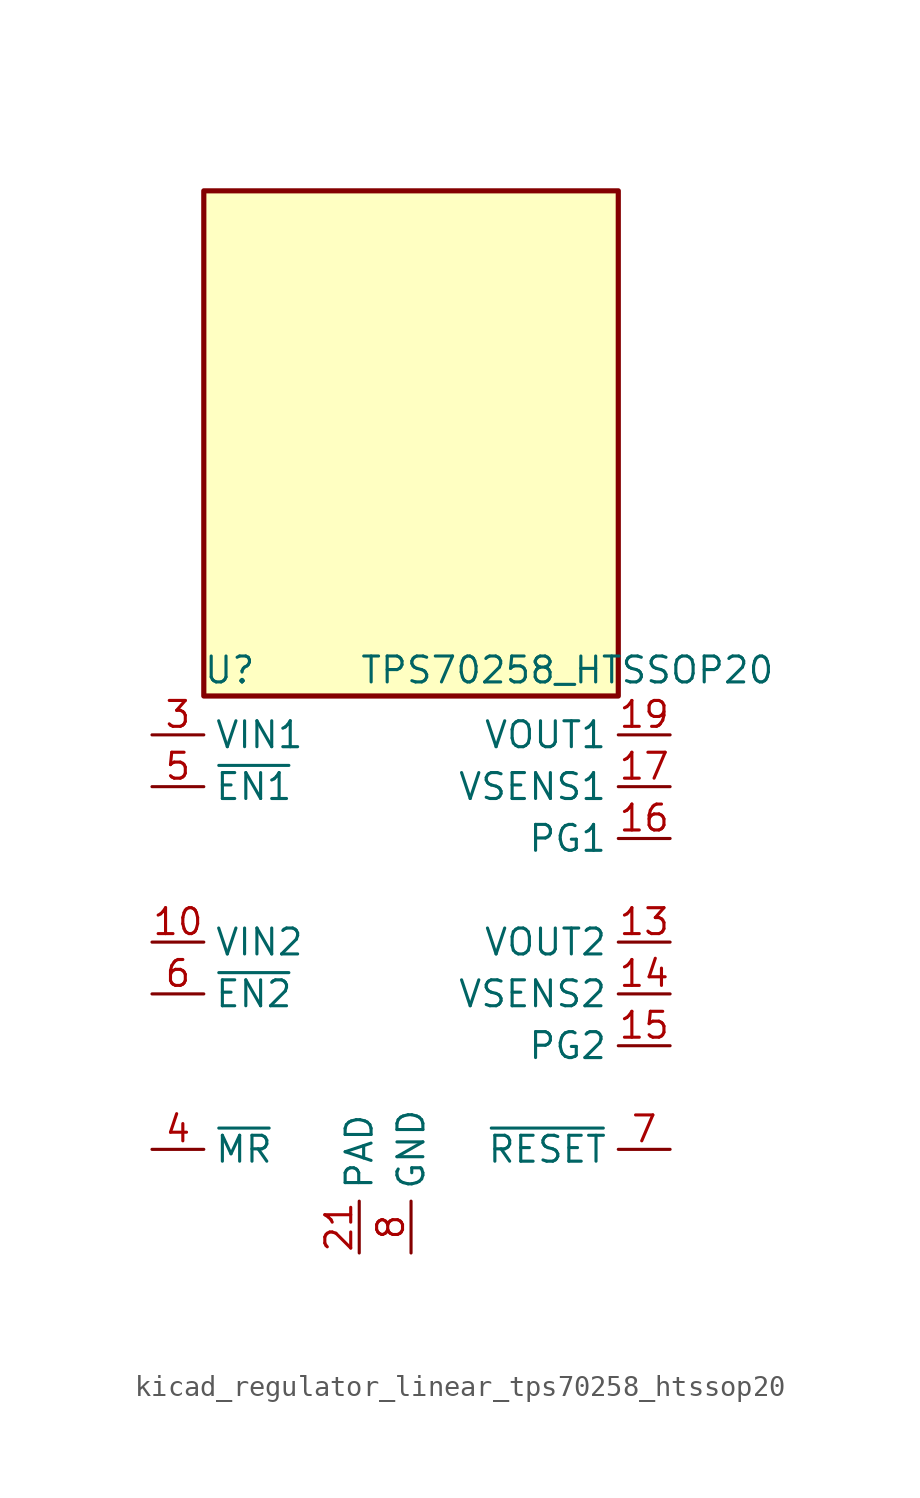
<source format=kicad_sym>
(kicad_symbol_lib
  (version 20220914)
  (generator kicad_symbol_editor)
  (symbol "kicad_regulator_linear_tps70258_htssop20"
    (property "Reference" "U"
      (at -8.89 13.335 0)
      (effects (font (size 1.27 1.27))))
    (property "Value" "TPS70258_HTSSOP20"
      (at -2.54 13.335 0)
      (effects (font (size 1.27 1.27)) (justify left)))
    (symbol "kicad_regulator_linear_tps70258_htssop20_0_1"
      (rectangle (start 10.16 36.83) (end -10.16 12.065) (stroke (width 0.254) (type default)) (fill (type background))))
    (symbol "kicad_regulator_linear_tps70258_htssop20_1_1"
      (pin no_connect line (at -10.16 5.08 0) (length 2.54) hide (name "NC" (effects (font (size 1.27 1.27)))) (number "1" (effects (font (size 1.27 1.27)))))
      (pin power_in line (at -12.7 0 0) (length 2.54) (name "VIN2" (effects (font (size 1.27 1.27)))) (number "10" (effects (font (size 1.27 1.27)))))
      (pin no_connect line (at -10.16 -5.08 0) (length 2.54) hide (name "NC" (effects (font (size 1.27 1.27)))) (number "11" (effects (font (size 1.27 1.27)))))
      (pin passive line (at 12.7 0 180) (length 2.54) hide (name "VOUT2" (effects (font (size 1.27 1.27)))) (number "12" (effects (font (size 1.27 1.27)))))
      (pin power_out line (at 12.7 0 180) (length 2.54) (name "VOUT2" (effects (font (size 1.27 1.27)))) (number "13" (effects (font (size 1.27 1.27)))))
      (pin input line (at 12.7 -2.54 180) (length 2.54) (name "VSENS2" (effects (font (size 1.27 1.27)))) (number "14" (effects (font (size 1.27 1.27)))))
      (pin open_collector line (at 12.7 -5.08 180) (length 2.54) (name "PG2" (effects (font (size 1.27 1.27)))) (number "15" (effects (font (size 1.27 1.27)))))
      (pin open_collector line (at 12.7 5.08 180) (length 2.54) (name "PG1" (effects (font (size 1.27 1.27)))) (number "16" (effects (font (size 1.27 1.27)))))
      (pin input line (at 12.7 7.62 180) (length 2.54) (name "VSENS1" (effects (font (size 1.27 1.27)))) (number "17" (effects (font (size 1.27 1.27)))))
      (pin passive line (at 12.7 10.16 180) (length 2.54) hide (name "VOUT1" (effects (font (size 1.27 1.27)))) (number "18" (effects (font (size 1.27 1.27)))))
      (pin power_out line (at 12.7 10.16 180) (length 2.54) (name "VOUT1" (effects (font (size 1.27 1.27)))) (number "19" (effects (font (size 1.27 1.27)))))
      (pin passive line (at -12.7 10.16 0) (length 2.54) hide (name "VIN1" (effects (font (size 1.27 1.27)))) (number "2" (effects (font (size 1.27 1.27)))))
      (pin no_connect line (at 2.54 -12.7 90) (length 2.54) hide (name "NC" (effects (font (size 1.27 1.27)))) (number "20" (effects (font (size 1.27 1.27)))))
      (pin power_in line (at -2.54 -15.24 90) (length 2.54) (name "PAD" (effects (font (size 1.27 1.27)))) (number "21" (effects (font (size 1.27 1.27)))))
      (pin power_in line (at -12.7 10.16 0) (length 2.54) (name "VIN1" (effects (font (size 1.27 1.27)))) (number "3" (effects (font (size 1.27 1.27)))))
      (pin input line (at -12.7 -10.16 0) (length 2.54) (name "~{MR}" (effects (font (size 1.27 1.27)))) (number "4" (effects (font (size 1.27 1.27)))))
      (pin input line (at -12.7 7.62 0) (length 2.54) (name "~{EN1}" (effects (font (size 1.27 1.27)))) (number "5" (effects (font (size 1.27 1.27)))))
      (pin input line (at -12.7 -2.54 0) (length 2.54) (name "~{EN2}" (effects (font (size 1.27 1.27)))) (number "6" (effects (font (size 1.27 1.27)))))
      (pin open_collector line (at 12.7 -10.16 180) (length 2.54) (name "~{RESET}" (effects (font (size 1.27 1.27)))) (number "7" (effects (font (size 1.27 1.27)))))
      (pin power_in line (at 0 -15.24 90) (length 2.54) (name "GND" (effects (font (size 1.27 1.27)))) (number "8" (effects (font (size 1.27 1.27)))))
      (pin passive line (at -12.7 0 0) (length 2.54) hide (name "VIN2" (effects (font (size 1.27 1.27)))) (number "9" (effects (font (size 1.27 1.27))))))))
</source>
